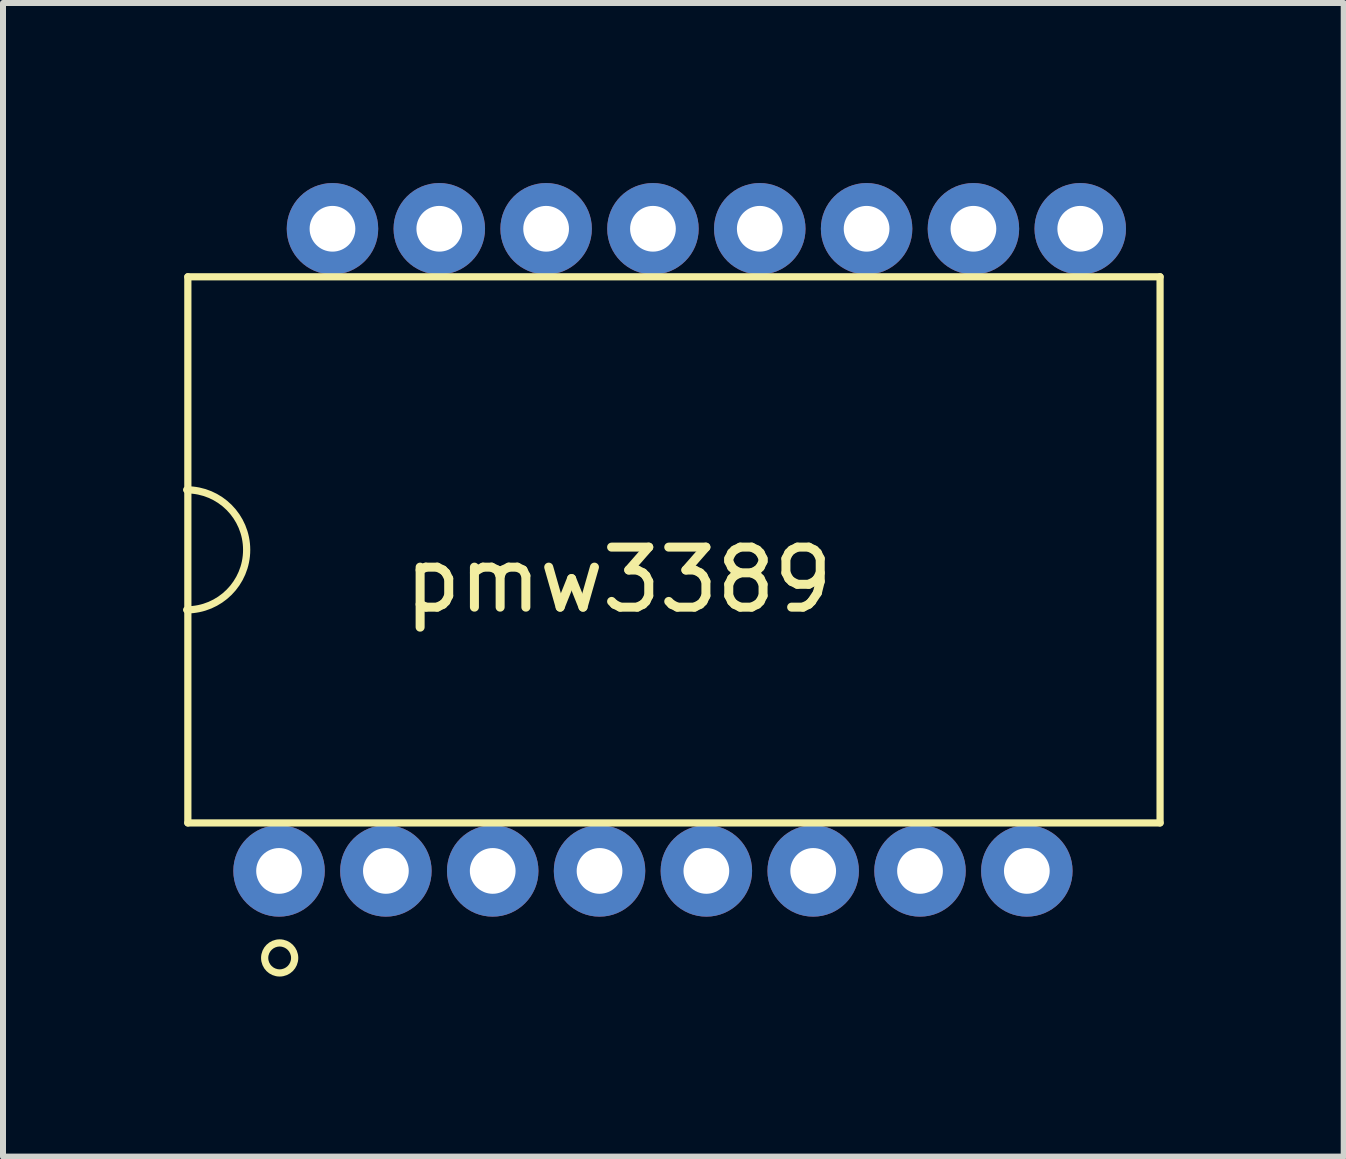
<source format=kicad_pcb>
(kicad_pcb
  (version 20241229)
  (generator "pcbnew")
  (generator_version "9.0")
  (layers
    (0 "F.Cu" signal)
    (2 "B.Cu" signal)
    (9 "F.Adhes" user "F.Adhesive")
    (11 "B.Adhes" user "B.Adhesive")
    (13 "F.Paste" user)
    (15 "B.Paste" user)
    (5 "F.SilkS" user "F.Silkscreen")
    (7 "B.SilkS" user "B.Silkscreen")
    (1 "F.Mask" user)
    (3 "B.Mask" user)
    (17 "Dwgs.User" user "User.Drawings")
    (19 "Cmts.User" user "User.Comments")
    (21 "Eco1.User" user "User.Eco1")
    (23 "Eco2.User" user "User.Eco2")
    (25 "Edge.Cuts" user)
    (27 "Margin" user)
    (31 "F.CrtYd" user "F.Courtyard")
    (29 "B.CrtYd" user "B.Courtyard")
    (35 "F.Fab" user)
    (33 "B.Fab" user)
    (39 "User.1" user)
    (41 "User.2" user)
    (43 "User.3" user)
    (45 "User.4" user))
  (footprint "pmw3389"
    (layer "F.Cu")
    (at 7.26 6.112)
    (property "Reference" "pmw3389" (at 0 0.5 0) (layer "F.SilkS") (effects (font (size 1 1) (thickness 0.15))))
    (attr through_hole)
    (fp_line (start -7.18 -4.55) (end -7.18 4.55) (stroke (width 0.12) (type solid)) (layer "F.SilkS"))
    (fp_line (start -7.18 -4.55) (end 9.02 -4.55) (stroke (width 0.12) (type solid)) (layer "F.SilkS"))
    (fp_line (start -7.18 4.55) (end 9.02 4.55) (stroke (width 0.12) (type solid)) (layer "F.SilkS"))
    (fp_line (start 9.02 -4.55) (end 9.02 4.55) (stroke (width 0.12) (type solid)) (layer "F.SilkS"))
    (fp_arc (start -7.2 -1) (mid -6.2 0) (end -7.2 1) (stroke (width 0.12) (type solid)) (layer "F.SilkS"))
    (fp_circle (center -5.65 6.8) (end -5.5 7) (stroke (width 0.12) (type solid)) (fill no) (layer "F.SilkS"))
    (pad "1" thru_hole circle (at -5.66 5.35) (size 1.524 1.524) (drill 0.762) (layers "*.Cu" "*.Mask"))
    (pad "2" thru_hole circle (at -3.88 5.35) (size 1.524 1.524) (drill 0.762) (layers "*.Cu" "*.Mask"))
    (pad "3" thru_hole circle (at -2.1 5.35) (size 1.524 1.524) (drill 0.762) (layers "*.Cu" "*.Mask"))
    (pad "4" thru_hole circle (at -0.32 5.35) (size 1.524 1.524) (drill 0.762) (layers "*.Cu" "*.Mask"))
    (pad "5" thru_hole circle (at 1.46 5.35) (size 1.524 1.524) (drill 0.762) (layers "*.Cu" "*.Mask"))
    (pad "6" thru_hole circle (at 3.24 5.35) (size 1.524 1.524) (drill 0.762) (layers "*.Cu" "*.Mask"))
    (pad "7" thru_hole circle (at 5.02 5.35) (size 1.524 1.524) (drill 0.762) (layers "*.Cu" "*.Mask"))
    (pad "8" thru_hole circle (at 6.8 5.35) (size 1.524 1.524) (drill 0.762) (layers "*.Cu" "*.Mask"))
    (pad "9" thru_hole circle (at 7.69 -5.35) (size 1.524 1.524) (drill 0.762) (layers "*.Cu" "*.Mask"))
    (pad "10" thru_hole circle (at 5.91 -5.35) (size 1.524 1.524) (drill 0.762) (layers "*.Cu" "*.Mask"))
    (pad "11" thru_hole circle (at 4.13 -5.35) (size 1.524 1.524) (drill 0.762) (layers "*.Cu" "*.Mask"))
    (pad "12" thru_hole circle (at 2.35 -5.35) (size 1.524 1.524) (drill 0.762) (layers "*.Cu" "*.Mask"))
    (pad "13" thru_hole circle (at 0.57 -5.35) (size 1.524 1.524) (drill 0.762) (layers "*.Cu" "*.Mask"))
    (pad "14" thru_hole circle (at -1.21 -5.35) (size 1.524 1.524) (drill 0.762) (layers "*.Cu" "*.Mask"))
    (pad "15" thru_hole circle (at -2.99 -5.35) (size 1.524 1.524) (drill 0.762) (layers "*.Cu" "*.Mask"))
    (pad "16" thru_hole circle (at -4.77 -5.35) (size 1.524 1.524) (drill 0.762) (layers "*.Cu" "*.Mask")))
  (gr_rect
    (start -3 -3)
    (end 19.34 16.222)
    (stroke (width 0.1) (type default))
    (fill no)
    (layer "Edge.Cuts")))
</source>
